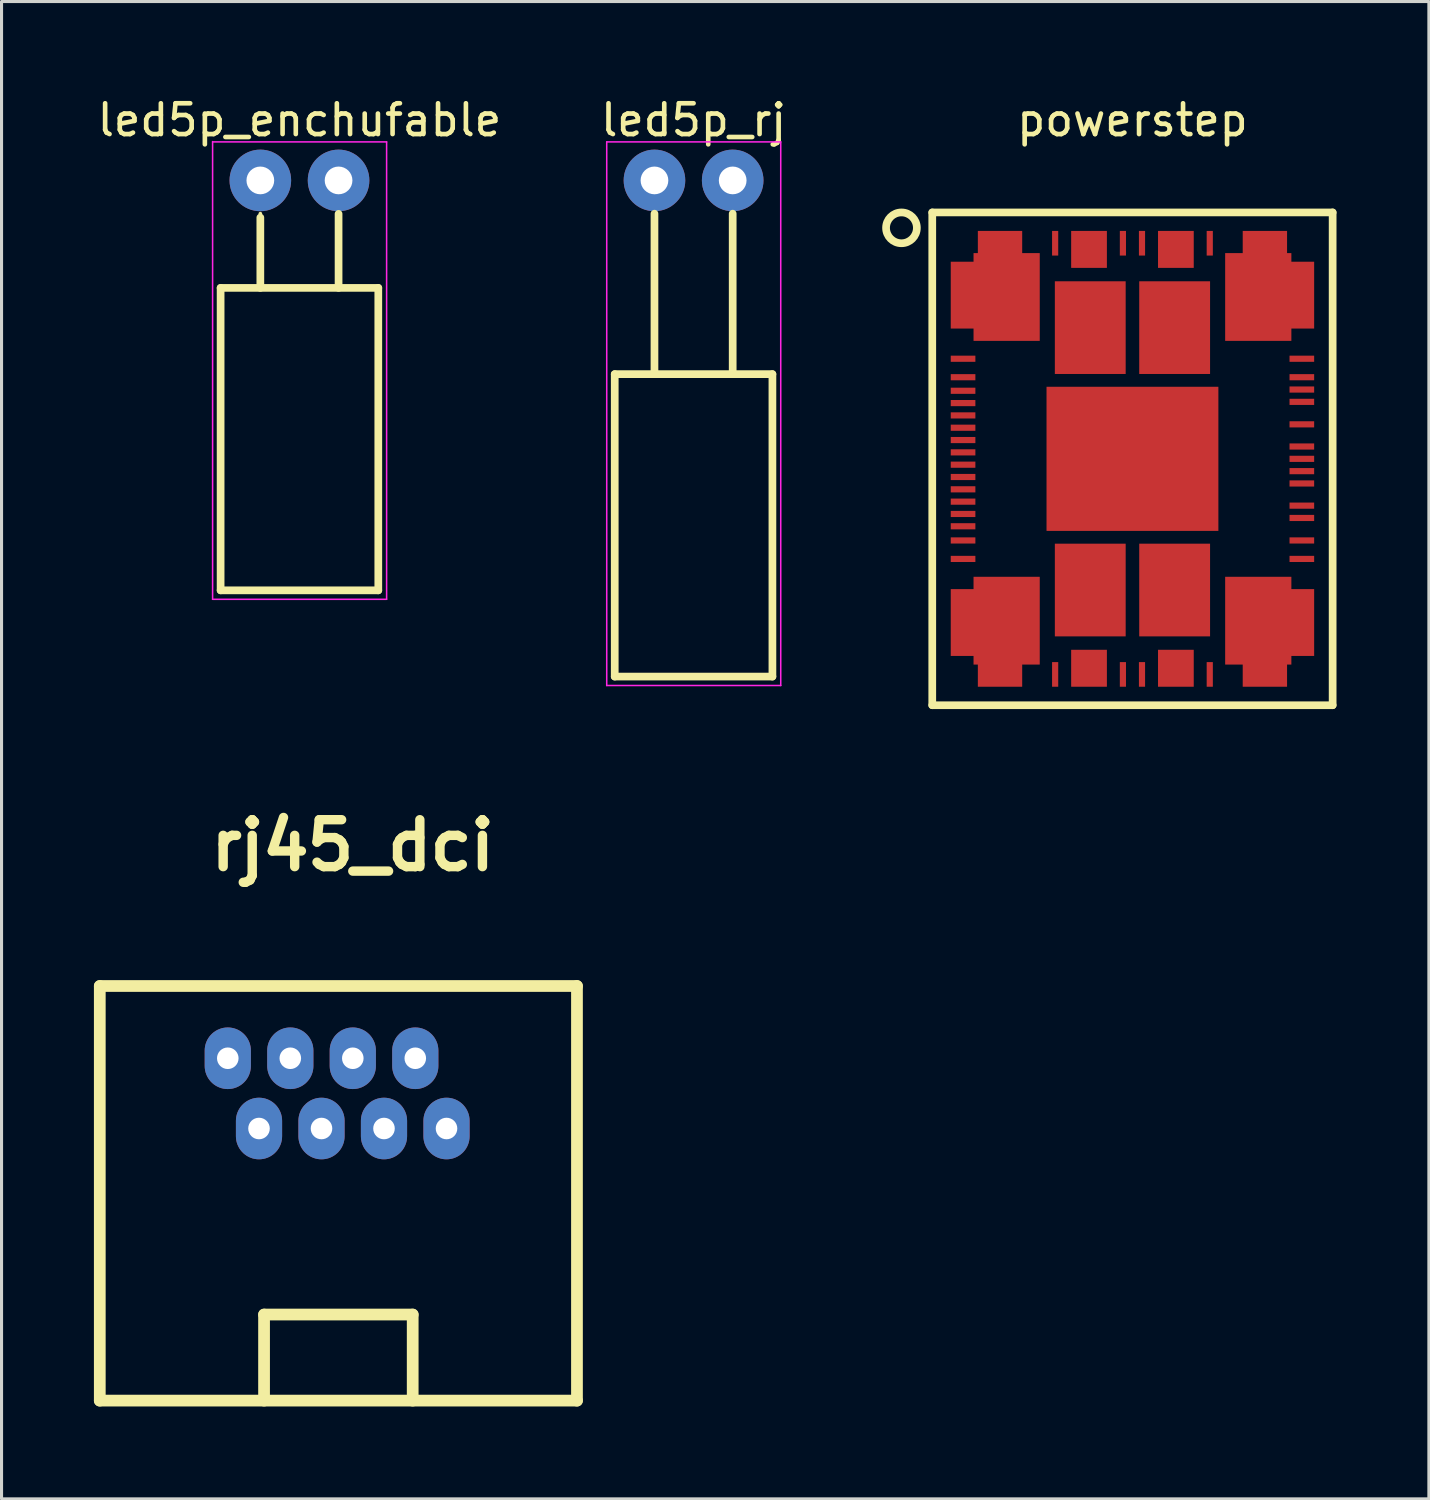
<source format=kicad_pcb>
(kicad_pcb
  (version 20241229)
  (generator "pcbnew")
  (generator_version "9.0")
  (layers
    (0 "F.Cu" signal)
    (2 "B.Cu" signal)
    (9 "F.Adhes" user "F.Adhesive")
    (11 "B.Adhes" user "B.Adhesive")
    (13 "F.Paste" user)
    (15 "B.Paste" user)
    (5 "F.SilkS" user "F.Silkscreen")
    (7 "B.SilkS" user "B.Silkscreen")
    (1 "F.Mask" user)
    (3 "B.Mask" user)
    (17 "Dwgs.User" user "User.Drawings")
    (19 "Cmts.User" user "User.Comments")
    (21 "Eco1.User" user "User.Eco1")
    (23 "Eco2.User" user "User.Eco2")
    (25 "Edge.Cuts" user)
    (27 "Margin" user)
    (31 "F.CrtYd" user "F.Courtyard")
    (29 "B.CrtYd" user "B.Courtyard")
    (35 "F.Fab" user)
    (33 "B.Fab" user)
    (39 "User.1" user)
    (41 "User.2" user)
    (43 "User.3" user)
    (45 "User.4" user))
  (footprint "rj45_dci"
    (layer "F.Cu")
    (at 7.897 35.576)
    (property "Reference" "rj45_dci" (at 0.508 -11.176 0) (layer "F.SilkS") (effects (font (size 1.524 1.524) (thickness 0.305))))
    (attr through_hole)
    (fp_line (start -7.707 -6.611) (end 7.787 -6.611) (stroke (width 0.381) (type solid)) (layer "F.SilkS"))
    (fp_line (start -7.707 6.851) (end -7.707 -6.611) (stroke (width 0.381) (type solid)) (layer "F.SilkS"))
    (fp_line (start -2.373 4.057) (end 2.453 4.057) (stroke (width 0.381) (type solid)) (layer "F.SilkS"))
    (fp_line (start -2.373 6.851) (end -2.373 4.057) (stroke (width 0.381) (type solid)) (layer "F.SilkS"))
    (fp_line (start 2.453 4.057) (end 2.453 6.851) (stroke (width 0.381) (type solid)) (layer "F.SilkS"))
    (fp_line (start 7.787 -6.611) (end 7.787 6.851) (stroke (width 0.381) (type solid)) (layer "F.SilkS"))
    (fp_line (start 7.787 6.851) (end -7.707 6.851) (stroke (width 0.381) (type solid)) (layer "F.SilkS"))
    (pad "1" thru_hole oval (at 3.551 -1.984) (size 1.5 2) (drill 0.7) (layers "*.Cu" "*.Mask"))
    (pad "2" thru_hole oval (at 2.537 -4.265) (size 1.5 2) (drill 0.7) (layers "*.Cu" "*.Mask"))
    (pad "3" thru_hole oval (at 1.521 -1.984) (size 1.5 2) (drill 0.7) (layers "*.Cu" "*.Mask"))
    (pad "4" thru_hole oval (at 0.508 -4.265) (size 1.5 2) (drill 0.7) (layers "*.Cu" "*.Mask"))
    (pad "5" thru_hole oval (at -0.508 -1.984) (size 1.5 2) (drill 0.7) (layers "*.Cu" "*.Mask"))
    (pad "6" thru_hole oval (at -1.521 -4.265) (size 1.5 2) (drill 0.7) (layers "*.Cu" "*.Mask"))
    (pad "7" thru_hole oval (at -2.537 -1.984) (size 1.5 2) (drill 0.7) (layers "*.Cu" "*.Mask"))
    (pad "8" thru_hole oval (at -3.551 -4.265) (size 1.5 2) (drill 0.7) (layers "*.Cu" "*.Mask")))
  (footprint "powerstep"
    (layer "F.Cu")
    (at 33.72 11.848)
    (property "Reference" "powerstep" (at 0 -11 0) (layer "F.SilkS") (effects (font (size 1 1) (thickness 0.15))))
    (attr smd)
    (fp_line (start -6.5 -8) (end -6.5 8) (stroke (width 0.25) (type solid)) (layer "F.SilkS"))
    (fp_line (start -6.5 8) (end 6.5 8) (stroke (width 0.25) (type solid)) (layer "F.SilkS"))
    (fp_line (start 6.5 -8) (end -6.5 -8) (stroke (width 0.25) (type solid)) (layer "F.SilkS"))
    (fp_line (start 6.5 8) (end 6.5 -8) (stroke (width 0.25) (type solid)) (layer "F.SilkS"))
    (fp_circle (center -7.5 -7.5) (end -7 -7.5) (stroke (width 0.25) (type solid)) (fill no) (layer "F.SilkS"))
    (pad "7" smd rect (at -5.5 -3.25 90) (size 0.2 0.8) (layers "F.Cu" "F.Mask" "F.Paste"))
    (pad "8" smd rect (at -5.5 -2.65 90) (size 0.2 0.8) (layers "F.Cu" "F.Mask" "F.Paste"))
    (pad "9" smd rect (at -5.5 -2.21 90) (size 0.2 0.8) (layers "F.Cu" "F.Mask" "F.Paste"))
    (pad "10" smd rect (at -5.5 -1.81 90) (size 0.2 0.8) (layers "F.Cu" "F.Mask" "F.Paste"))
    (pad "11" smd rect (at -5.5 -1.41 90) (size 0.2 0.8) (layers "F.Cu" "F.Mask" "F.Paste"))
    (pad "12" smd rect (at -5.5 -1.01 90) (size 0.2 0.8) (layers "F.Cu" "F.Mask" "F.Paste"))
    (pad "13" smd rect (at -5.5 -0.61 90) (size 0.2 0.8) (layers "F.Cu" "F.Mask" "F.Paste"))
    (pad "14" smd rect (at -5.5 -0.21 90) (size 0.2 0.8) (layers "F.Cu" "F.Mask" "F.Paste"))
    (pad "15" smd rect (at -5.5 0.19 90) (size 0.2 0.8) (layers "F.Cu" "F.Mask" "F.Paste"))
    (pad "16" smd rect (at -5.5 0.59 90) (size 0.2 0.8) (layers "F.Cu" "F.Mask" "F.Paste"))
    (pad "17" smd rect (at -5.5 0.99 90) (size 0.2 0.8) (layers "F.Cu" "F.Mask" "F.Paste"))
    (pad "18" smd rect (at -5.5 1.39 90) (size 0.2 0.8) (layers "F.Cu" "F.Mask" "F.Paste"))
    (pad "19" smd rect (at -5.5 1.79 90) (size 0.2 0.8) (layers "F.Cu" "F.Mask" "F.Paste"))
    (pad "20" smd rect (at -5.5 2.19 90) (size 0.2 0.8) (layers "F.Cu" "F.Mask" "F.Paste"))
    (pad "21" smd rect (at -5.5 2.65 90) (size 0.2 0.8) (layers "F.Cu" "F.Mask" "F.Paste"))
    (pad "22" smd rect (at -5.5 3.25 90) (size 0.2 0.8) (layers "F.Cu" "F.Mask" "F.Paste"))
    (pad "32" smd custom (at -4.5 5.5) (size 1.5 1.5) (layers "F.Cu" "F.Mask" "F.Paste") (options (anchor rect)) (primitives (gr_poly (pts (xy -0.66 -1.67) (xy -0.66 -1.27) (xy -1.4 -1.27) (xy -1.4 0.9) (xy -0.66 0.9) (xy -0.66 1.18) (xy -0.52 1.18) (xy -0.52 1.9) (xy 0.92 1.9) (xy 0.92 1.18) (xy 1.49 1.18) (xy 1.49 -1.67)) (width 0) (fill yes))))
    (pad "33" smd rect (at -2.51 7 180) (size 0.2 0.8) (layers "F.Cu" "F.Mask" "F.Paste"))
    (pad "35" smd rect (at -1.41 6.8) (size 1.16 1.2) (layers "F.Cu" "F.Mask" "F.Paste"))
    (pad "37" smd rect (at -0.31 7 180) (size 0.2 0.8) (layers "F.Cu" "F.Mask" "F.Paste"))
    (pad "38" smd rect (at 0.31 7 180) (size 0.2 0.8) (layers "F.Cu" "F.Mask" "F.Paste"))
    (pad "40" smd rect (at 1.41 6.8) (size 1.16 1.2) (layers "F.Cu" "F.Mask" "F.Paste"))
    (pad "42" smd rect (at 2.51 7 180) (size 0.2 0.8) (layers "F.Cu" "F.Mask" "F.Paste"))
    (pad "43" smd custom (at 4.5 5.5 180) (size 1.5 1.5) (layers "F.Cu" "F.Mask" "F.Paste") (options (anchor rect)) (primitives (gr_poly (pts (xy -0.66 1.67) (xy -0.66 1.27) (xy -1.4 1.27) (xy -1.4 -0.9) (xy -0.66 -0.9) (xy -0.66 -1.18) (xy -0.52 -1.18) (xy -0.52 -1.9) (xy 0.92 -1.9) (xy 0.92 -1.18) (xy 1.49 -1.18) (xy 1.49 1.67)) (width 0) (fill yes))))
    (pad "53" smd rect (at 5.5 3.25 90) (size 0.2 0.8) (layers "F.Cu" "F.Mask" "F.Paste"))
    (pad "54" smd rect (at 5.5 2.65 90) (size 0.2 0.8) (layers "F.Cu" "F.Mask" "F.Paste"))
    (pad "55" smd rect (at 5.5 1.92 90) (size 0.2 0.8) (layers "F.Cu" "F.Mask" "F.Paste"))
    (pad "56" smd rect (at 5.5 1.52 90) (size 0.2 0.8) (layers "F.Cu" "F.Mask" "F.Paste"))
    (pad "57" smd rect (at 5.5 0.8 90) (size 0.2 0.8) (layers "F.Cu" "F.Mask" "F.Paste"))
    (pad "58" smd rect (at 5.5 0.4 90) (size 0.2 0.8) (layers "F.Cu" "F.Mask" "F.Paste"))
    (pad "59" smd rect (at 5.5 0 90) (size 0.2 0.8) (layers "F.Cu" "F.Mask" "F.Paste"))
    (pad "60" smd rect (at 5.5 -0.4 90) (size 0.2 0.8) (layers "F.Cu" "F.Mask" "F.Paste"))
    (pad "61" smd rect (at 5.5 -1.12 90) (size 0.2 0.8) (layers "F.Cu" "F.Mask" "F.Paste"))
    (pad "62" smd rect (at 5.5 -1.85 90) (size 0.2 0.8) (layers "F.Cu" "F.Mask" "F.Paste"))
    (pad "63" smd rect (at 5.5 -2.25 90) (size 0.2 0.8) (layers "F.Cu" "F.Mask" "F.Paste"))
    (pad "64" smd rect (at 5.5 -2.65 90) (size 0.2 0.8) (layers "F.Cu" "F.Mask" "F.Paste"))
    (pad "65" smd rect (at 5.5 -3.25 90) (size 0.2 0.8) (layers "F.Cu" "F.Mask" "F.Paste"))
    (pad "75" smd custom (at 4.5 -5.5 180) (size 1.5 1.5) (layers "F.Cu" "F.Mask" "F.Paste") (options (anchor rect)) (primitives (gr_poly (pts (xy -0.66 -1.67) (xy -0.66 -1.27) (xy -1.4 -1.27) (xy -1.4 0.9) (xy -0.66 0.9) (xy -0.66 1.18) (xy -0.52 1.18) (xy -0.52 1.9) (xy 0.92 1.9) (xy 0.92 1.18) (xy 1.49 1.18) (xy 1.49 -1.67)) (width 0) (fill yes))))
    (pad "76" smd rect (at 2.51 -7 180) (size 0.2 0.8) (layers "F.Cu" "F.Mask" "F.Paste"))
    (pad "78" smd rect (at 1.41 -6.8) (size 1.16 1.2) (layers "F.Cu" "F.Mask" "F.Paste"))
    (pad "80" smd rect (at 0.31 -7 180) (size 0.2 0.8) (layers "F.Cu" "F.Mask" "F.Paste"))
    (pad "81" smd rect (at -0.31 -7 180) (size 0.2 0.8) (layers "F.Cu" "F.Mask" "F.Paste"))
    (pad "83" smd rect (at -1.41 -6.8) (size 1.16 1.2) (layers "F.Cu" "F.Mask" "F.Paste"))
    (pad "85" smd rect (at -2.51 -7 180) (size 0.2 0.8) (layers "F.Cu" "F.Mask" "F.Paste"))
    (pad "86" smd custom (at -4.5 -5.5) (size 1.5 1.5) (layers "F.Cu" "F.Mask" "F.Paste") (options (anchor rect)) (primitives (gr_poly (pts (xy -0.66 1.67) (xy -0.66 1.27) (xy -1.4 1.27) (xy -1.4 -0.9) (xy -0.66 -0.9) (xy -0.66 -1.18) (xy -0.52 -1.18) (xy -0.52 -1.9) (xy 0.92 -1.9) (xy 0.92 -1.18) (xy 1.49 -1.18) (xy 1.49 1.67)) (width 0) (fill yes))))
    (pad "90" smd rect (at -1.37 -4.26) (size 2.3 3.01) (layers "F.Cu" "F.Mask" "F.Paste"))
    (pad "91" smd rect (at -1.37 4.26) (size 2.3 3.01) (layers "F.Cu" "F.Mask" "F.Paste"))
    (pad "92" smd rect (at 1.37 4.26) (size 2.3 3.01) (layers "F.Cu" "F.Mask" "F.Paste"))
    (pad "93" smd rect (at 0 0) (size 5.58 4.68) (layers "F.Cu" "F.Mask" "F.Paste"))
    (pad "94" smd rect (at 1.37 -4.26) (size 2.3 3.01) (layers "F.Cu" "F.Mask" "F.Paste")))
  (footprint "led5p_enchufable"
    (layer "F.Cu")
    (at 5.403 2.808)
    (property "Reference" "led5p_enchufable" (at 1.27 -1.96 0) (layer "F.SilkS") (effects (font (size 1 1) (thickness 0.15))))
    (attr through_hole)
    (fp_line (start -1.29 3.49) (end -1.29 13.31) (stroke (width 0.25) (type solid)) (layer "F.SilkS"))
    (fp_line (start -1.29 13.31) (end 3.83 13.31) (stroke (width 0.25) (type solid)) (layer "F.SilkS"))
    (fp_line (start 0 1.08) (end 0 1.08) (stroke (width 0.12) (type solid)) (layer "F.SilkS"))
    (fp_line (start 0 3.49) (end 0 1.206) (stroke (width 0.25) (type solid)) (layer "F.SilkS"))
    (fp_line (start 0 3.49) (end 0 3.49) (stroke (width 0.12) (type solid)) (layer "F.SilkS"))
    (fp_line (start 2.54 1.08) (end 2.54 1.08) (stroke (width 0.12) (type solid)) (layer "F.SilkS"))
    (fp_line (start 2.54 3.49) (end 2.54 1.086) (stroke (width 0.25) (type solid)) (layer "F.SilkS"))
    (fp_line (start 2.54 3.49) (end 2.54 3.49) (stroke (width 0.12) (type solid)) (layer "F.SilkS"))
    (fp_line (start 3.83 3.49) (end -1.29 3.49) (stroke (width 0.25) (type solid)) (layer "F.SilkS"))
    (fp_line (start 3.83 13.31) (end 3.83 3.49) (stroke (width 0.25) (type solid)) (layer "F.SilkS"))
    (fp_line (start -1.55 -1.26) (end -1.55 13.6) (stroke (width 0.05) (type solid)) (layer "F.CrtYd"))
    (fp_line (start -1.55 13.6) (end 4.1 13.6) (stroke (width 0.05) (type solid)) (layer "F.CrtYd"))
    (fp_line (start 4.1 -1.25) (end -1.55 -1.25) (stroke (width 0.05) (type solid)) (layer "F.CrtYd"))
    (fp_line (start 4.1 13.6) (end 4.1 -1.25) (stroke (width 0.05) (type solid)) (layer "F.CrtYd"))
    (fp_line (start 0 0) (end 0 0) (stroke (width 0.1) (type solid)) (layer "F.Fab"))
    (fp_line (start 2.54 0) (end 2.54 0) (stroke (width 0.1) (type solid)) (layer "F.Fab"))
    (pad "1" thru_hole circle (at 0 0) (size 2 2) (drill 0.9) (layers "*.Cu" "B.Mask"))
    (pad "2" thru_hole circle (at 2.54 0) (size 2 2) (drill 0.9) (layers "*.Cu" "B.Mask")))
  (footprint "led5p_rj"
    (layer "F.Cu")
    (at 18.2 2.808)
    (property "Reference" "led5p_rj" (at 1.27 -1.96 0) (layer "F.SilkS") (effects (font (size 1 1) (thickness 0.15))))
    (attr through_hole)
    (fp_line (start -1.29 6.29) (end -1.29 16.11) (stroke (width 0.25) (type solid)) (layer "F.SilkS"))
    (fp_line (start -1.29 16.11) (end 3.83 16.11) (stroke (width 0.25) (type solid)) (layer "F.SilkS"))
    (fp_line (start 0 1.08) (end 0 1.08) (stroke (width 0.12) (type solid)) (layer "F.SilkS"))
    (fp_line (start 0 1.08) (end 0 6.29) (stroke (width 0.25) (type solid)) (layer "F.SilkS"))
    (fp_line (start 0 6.29) (end 0 6.29) (stroke (width 0.12) (type solid)) (layer "F.SilkS"))
    (fp_line (start 2.54 1.08) (end 2.54 1.08) (stroke (width 0.12) (type solid)) (layer "F.SilkS"))
    (fp_line (start 2.54 1.08) (end 2.54 6.29) (stroke (width 0.25) (type solid)) (layer "F.SilkS"))
    (fp_line (start 2.54 6.29) (end 2.54 6.29) (stroke (width 0.12) (type solid)) (layer "F.SilkS"))
    (fp_line (start 3.83 6.29) (end -1.29 6.29) (stroke (width 0.25) (type solid)) (layer "F.SilkS"))
    (fp_line (start 3.83 16.11) (end 3.83 6.29) (stroke (width 0.25) (type solid)) (layer "F.SilkS"))
    (fp_line (start -1.55 -1.25) (end -1.55 16.4) (stroke (width 0.05) (type solid)) (layer "F.CrtYd"))
    (fp_line (start -1.55 16.4) (end 4.1 16.4) (stroke (width 0.05) (type solid)) (layer "F.CrtYd"))
    (fp_line (start 4.1 -1.25) (end -1.55 -1.25) (stroke (width 0.05) (type solid)) (layer "F.CrtYd"))
    (fp_line (start 4.1 16.4) (end 4.1 -1.25) (stroke (width 0.05) (type solid)) (layer "F.CrtYd"))
    (fp_line (start 0 0) (end 0 0) (stroke (width 0.1) (type solid)) (layer "F.Fab"))
    (fp_line (start 2.54 0) (end 2.54 0) (stroke (width 0.1) (type solid)) (layer "F.Fab"))
    (pad "1" thru_hole circle (at 0 0) (size 2 2) (drill 0.9) (layers "*.Cu" "*.Mask"))
    (pad "2" thru_hole circle (at 2.54 0) (size 2 2) (drill 0.9) (layers "*.Cu" "*.Mask")))
  (gr_rect
    (start -3 -3)
    (end 43.345 45.617)
    (stroke (width 0.1) (type default))
    (fill no)
    (layer "Edge.Cuts")))
</source>
